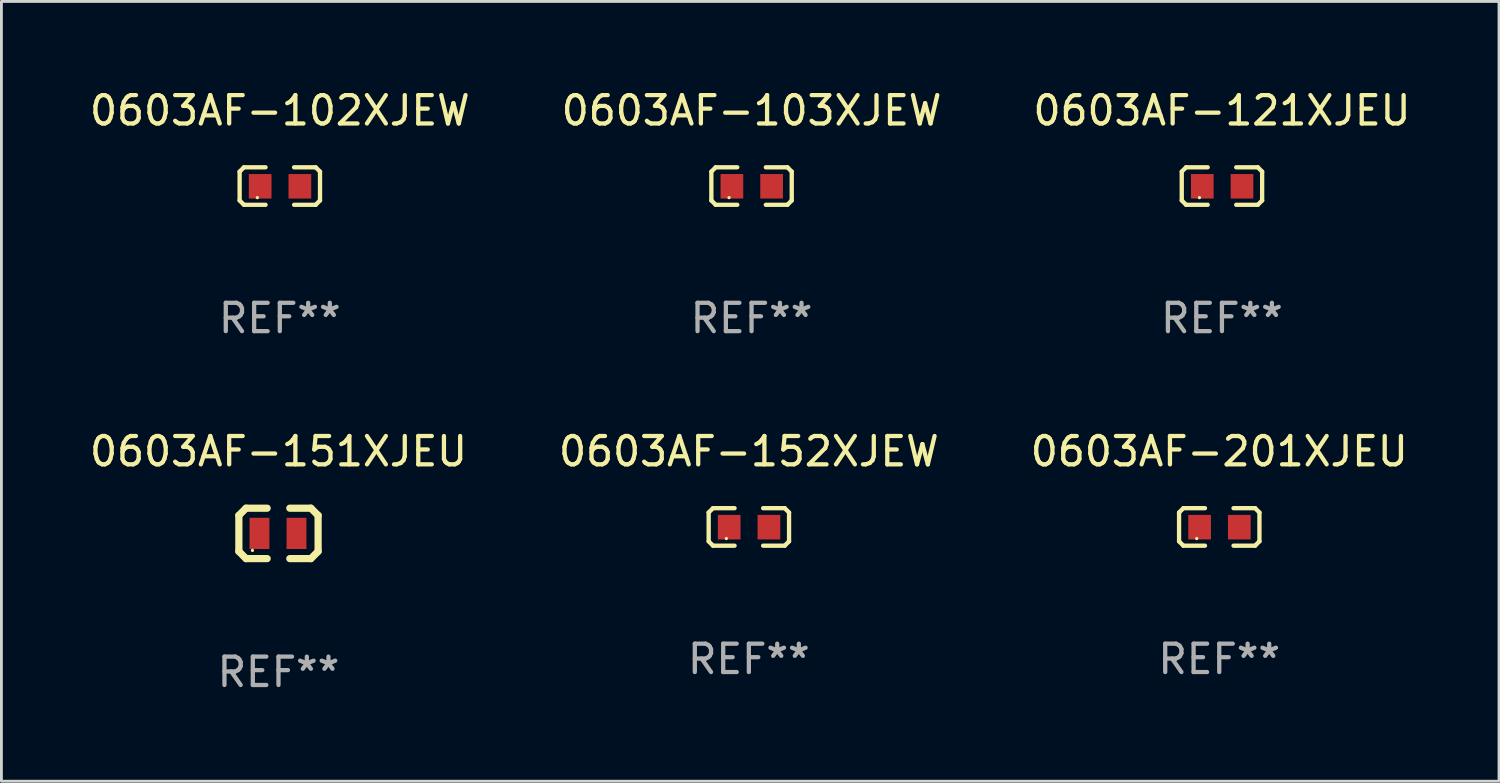
<source format=kicad_pcb>
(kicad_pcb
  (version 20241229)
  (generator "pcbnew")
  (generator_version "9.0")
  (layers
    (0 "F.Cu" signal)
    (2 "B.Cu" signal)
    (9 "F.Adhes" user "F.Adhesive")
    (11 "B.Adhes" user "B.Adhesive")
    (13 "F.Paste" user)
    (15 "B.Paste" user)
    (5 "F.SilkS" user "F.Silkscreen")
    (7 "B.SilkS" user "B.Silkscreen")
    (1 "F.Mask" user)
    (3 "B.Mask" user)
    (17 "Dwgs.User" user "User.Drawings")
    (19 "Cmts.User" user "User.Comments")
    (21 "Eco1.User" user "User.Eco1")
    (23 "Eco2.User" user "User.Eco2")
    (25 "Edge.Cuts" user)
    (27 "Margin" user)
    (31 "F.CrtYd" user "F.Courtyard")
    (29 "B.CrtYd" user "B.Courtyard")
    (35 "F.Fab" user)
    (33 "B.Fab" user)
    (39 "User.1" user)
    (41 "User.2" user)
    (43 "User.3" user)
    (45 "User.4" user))
  (footprint "0603AF-103XJEW"
    (layer "F.Cu")
    (at 23.446 3.509)
    (property "Reference" "0603AF-103XJEW" (at 0 -2.661 0) (layer "F.SilkS") (effects (font (size 1 1) (thickness 0.15))))
    (attr through_hole)
    (fp_line (start -1.417 -0.508) (end -1.265 -0.661) (stroke (width 0.152) (type solid)) (layer "F.SilkS"))
    (fp_line (start -1.417 0.508) (end -1.417 -0.508) (stroke (width 0.152) (type solid)) (layer "F.SilkS"))
    (fp_line (start -1.265 -0.661) (end -0.503 -0.661) (stroke (width 0.152) (type solid)) (layer "F.SilkS"))
    (fp_line (start -1.265 0.661) (end -1.417 0.508) (stroke (width 0.152) (type solid)) (layer "F.SilkS"))
    (fp_line (start -1.265 0.661) (end -0.503 0.661) (stroke (width 0.152) (type solid)) (layer "F.SilkS"))
    (fp_line (start 1.265 -0.661) (end 0.503 -0.661) (stroke (width 0.152) (type solid)) (layer "F.SilkS"))
    (fp_line (start 1.265 -0.661) (end 1.417 -0.508) (stroke (width 0.152) (type solid)) (layer "F.SilkS"))
    (fp_line (start 1.265 0.661) (end 0.503 0.661) (stroke (width 0.152) (type solid)) (layer "F.SilkS"))
    (fp_line (start 1.417 -0.508) (end 1.417 0.508) (stroke (width 0.152) (type solid)) (layer "F.SilkS"))
    (fp_line (start 1.417 0.508) (end 1.265 0.661) (stroke (width 0.152) (type solid)) (layer "F.SilkS"))
    (fp_circle (center -0.793 0.409) (end -0.763 0.409) (stroke (width 0.06) (type solid)) (fill no) (layer "F.SilkS"))
    (fp_text user "REF**" (at 0 4.661 0) (layer "F.Fab") (effects (font (size 1 1) (thickness 0.15))))
    (pad "1" smd rect (at -0.693 0.009 180) (size 0.8 0.864) (layers "F.Cu" "F.Mask" "F.Paste"))
    (pad "2" smd rect (at 0.707 0.009 180) (size 0.8 0.864) (layers "F.Cu" "F.Mask" "F.Paste")))
  (footprint "0603AF-102XJEW"
    (layer "F.Cu")
    (at 6.815 3.509)
    (property "Reference" "0603AF-102XJEW" (at 0 -2.661 0) (layer "F.SilkS") (effects (font (size 1 1) (thickness 0.15))))
    (attr through_hole)
    (fp_line (start -1.417 -0.508) (end -1.265 -0.661) (stroke (width 0.152) (type solid)) (layer "F.SilkS"))
    (fp_line (start -1.417 0.508) (end -1.417 -0.508) (stroke (width 0.152) (type solid)) (layer "F.SilkS"))
    (fp_line (start -1.265 -0.661) (end -0.503 -0.661) (stroke (width 0.152) (type solid)) (layer "F.SilkS"))
    (fp_line (start -1.265 0.661) (end -1.417 0.508) (stroke (width 0.152) (type solid)) (layer "F.SilkS"))
    (fp_line (start -1.265 0.661) (end -0.503 0.661) (stroke (width 0.152) (type solid)) (layer "F.SilkS"))
    (fp_line (start 1.265 -0.661) (end 0.503 -0.661) (stroke (width 0.152) (type solid)) (layer "F.SilkS"))
    (fp_line (start 1.265 -0.661) (end 1.417 -0.508) (stroke (width 0.152) (type solid)) (layer "F.SilkS"))
    (fp_line (start 1.265 0.661) (end 0.503 0.661) (stroke (width 0.152) (type solid)) (layer "F.SilkS"))
    (fp_line (start 1.417 -0.508) (end 1.417 0.508) (stroke (width 0.152) (type solid)) (layer "F.SilkS"))
    (fp_line (start 1.417 0.508) (end 1.265 0.661) (stroke (width 0.152) (type solid)) (layer "F.SilkS"))
    (fp_circle (center -0.793 0.409) (end -0.763 0.409) (stroke (width 0.06) (type solid)) (fill no) (layer "F.SilkS"))
    (fp_text user "REF**" (at 0 4.661 0) (layer "F.Fab") (effects (font (size 1 1) (thickness 0.15))))
    (pad "1" smd rect (at -0.693 0.009 180) (size 0.8 0.864) (layers "F.Cu" "F.Mask" "F.Paste"))
    (pad "2" smd rect (at 0.707 0.009 180) (size 0.8 0.864) (layers "F.Cu" "F.Mask" "F.Paste")))
  (footprint "0603AF-201XJEU"
    (layer "F.Cu")
    (at 39.935 15.527)
    (property "Reference" "0603AF-201XJEU" (at 0 -2.661 0) (layer "F.SilkS") (effects (font (size 1 1) (thickness 0.15))))
    (attr through_hole)
    (fp_line (start -1.417 -0.508) (end -1.265 -0.661) (stroke (width 0.152) (type solid)) (layer "F.SilkS"))
    (fp_line (start -1.417 0.508) (end -1.417 -0.508) (stroke (width 0.152) (type solid)) (layer "F.SilkS"))
    (fp_line (start -1.265 -0.661) (end -0.503 -0.661) (stroke (width 0.152) (type solid)) (layer "F.SilkS"))
    (fp_line (start -1.265 0.661) (end -1.417 0.508) (stroke (width 0.152) (type solid)) (layer "F.SilkS"))
    (fp_line (start -1.265 0.661) (end -0.503 0.661) (stroke (width 0.152) (type solid)) (layer "F.SilkS"))
    (fp_line (start 1.265 -0.661) (end 0.503 -0.661) (stroke (width 0.152) (type solid)) (layer "F.SilkS"))
    (fp_line (start 1.265 -0.661) (end 1.417 -0.508) (stroke (width 0.152) (type solid)) (layer "F.SilkS"))
    (fp_line (start 1.265 0.661) (end 0.503 0.661) (stroke (width 0.152) (type solid)) (layer "F.SilkS"))
    (fp_line (start 1.417 -0.508) (end 1.417 0.508) (stroke (width 0.152) (type solid)) (layer "F.SilkS"))
    (fp_line (start 1.417 0.508) (end 1.265 0.661) (stroke (width 0.152) (type solid)) (layer "F.SilkS"))
    (fp_circle (center -0.793 0.409) (end -0.763 0.409) (stroke (width 0.06) (type solid)) (fill no) (layer "F.SilkS"))
    (fp_text user "REF**" (at 0 4.661 0) (layer "F.Fab") (effects (font (size 1 1) (thickness 0.15))))
    (pad "1" smd rect (at -0.693 0.009 180) (size 0.8 0.864) (layers "F.Cu" "F.Mask" "F.Paste"))
    (pad "2" smd rect (at 0.707 0.009 180) (size 0.8 0.864) (layers "F.Cu" "F.Mask" "F.Paste")))
  (footprint "0603AF-151XJEU"
    (layer "F.Cu")
    (at 6.768 15.755)
    (property "Reference" "0603AF-151XJEU" (at 0 -2.889 0) (layer "F.SilkS") (effects (font (size 1 1) (thickness 0.15))))
    (attr through_hole)
    (fp_line (start -1.397 -0.635) (end -1.397 0.635) (stroke (width 0.254) (type solid)) (layer "F.SilkS"))
    (fp_line (start -1.397 0.635) (end -1.143 0.889) (stroke (width 0.254) (type solid)) (layer "F.SilkS"))
    (fp_line (start -1.143 -0.889) (end -1.397 -0.635) (stroke (width 0.254) (type solid)) (layer "F.SilkS"))
    (fp_line (start -1.143 -0.889) (end -0.399 -0.889) (stroke (width 0.254) (type solid)) (layer "F.SilkS"))
    (fp_line (start -1.143 0.889) (end -0.399 0.889) (stroke (width 0.254) (type solid)) (layer "F.SilkS"))
    (fp_line (start 1.143 -0.889) (end 0.399 -0.889) (stroke (width 0.254) (type solid)) (layer "F.SilkS"))
    (fp_line (start 1.143 0.889) (end 0.399 0.889) (stroke (width 0.254) (type solid)) (layer "F.SilkS"))
    (fp_line (start 1.143 0.889) (end 1.397 0.635) (stroke (width 0.254) (type solid)) (layer "F.SilkS"))
    (fp_line (start 1.397 -0.635) (end 1.143 -0.889) (stroke (width 0.254) (type solid)) (layer "F.SilkS"))
    (fp_line (start 1.397 0.635) (end 1.397 -0.635) (stroke (width 0.254) (type solid)) (layer "F.SilkS"))
    (fp_circle (center -0.918 0.6) (end -0.888 0.6) (stroke (width 0.06) (type solid)) (fill no) (layer "F.SilkS"))
    (fp_text user "REF**" (at 0 4.889 0) (layer "F.Fab") (effects (font (size 1 1) (thickness 0.15))))
    (pad "1" smd rect (at -0.67 0) (size 0.7 1.1) (layers "F.Cu" "F.Mask" "F.Paste"))
    (pad "2" smd rect (at 0.635 0) (size 0.7 1.1) (layers "F.Cu" "F.Mask" "F.Paste")))
  (footprint "0603AF-152XJEW"
    (layer "F.Cu")
    (at 23.351 15.527)
    (property "Reference" "0603AF-152XJEW" (at 0 -2.661 0) (layer "F.SilkS") (effects (font (size 1 1) (thickness 0.15))))
    (attr through_hole)
    (fp_line (start -1.417 -0.508) (end -1.265 -0.661) (stroke (width 0.152) (type solid)) (layer "F.SilkS"))
    (fp_line (start -1.417 0.508) (end -1.417 -0.508) (stroke (width 0.152) (type solid)) (layer "F.SilkS"))
    (fp_line (start -1.265 -0.661) (end -0.503 -0.661) (stroke (width 0.152) (type solid)) (layer "F.SilkS"))
    (fp_line (start -1.265 0.661) (end -1.417 0.508) (stroke (width 0.152) (type solid)) (layer "F.SilkS"))
    (fp_line (start -1.265 0.661) (end -0.503 0.661) (stroke (width 0.152) (type solid)) (layer "F.SilkS"))
    (fp_line (start 1.265 -0.661) (end 0.503 -0.661) (stroke (width 0.152) (type solid)) (layer "F.SilkS"))
    (fp_line (start 1.265 -0.661) (end 1.417 -0.508) (stroke (width 0.152) (type solid)) (layer "F.SilkS"))
    (fp_line (start 1.265 0.661) (end 0.503 0.661) (stroke (width 0.152) (type solid)) (layer "F.SilkS"))
    (fp_line (start 1.417 -0.508) (end 1.417 0.508) (stroke (width 0.152) (type solid)) (layer "F.SilkS"))
    (fp_line (start 1.417 0.508) (end 1.265 0.661) (stroke (width 0.152) (type solid)) (layer "F.SilkS"))
    (fp_circle (center -0.793 0.409) (end -0.763 0.409) (stroke (width 0.06) (type solid)) (fill no) (layer "F.SilkS"))
    (fp_text user "REF**" (at 0 4.661 0) (layer "F.Fab") (effects (font (size 1 1) (thickness 0.15))))
    (pad "1" smd rect (at -0.693 0.009 180) (size 0.8 0.864) (layers "F.Cu" "F.Mask" "F.Paste"))
    (pad "2" smd rect (at 0.707 0.009 180) (size 0.8 0.864) (layers "F.Cu" "F.Mask" "F.Paste")))
  (footprint "0603AF-121XJEU"
    (layer "F.Cu")
    (at 40.03 3.509)
    (property "Reference" "0603AF-121XJEU" (at 0 -2.661 0) (layer "F.SilkS") (effects (font (size 1 1) (thickness 0.15))))
    (attr through_hole)
    (fp_line (start -1.417 -0.508) (end -1.265 -0.661) (stroke (width 0.152) (type solid)) (layer "F.SilkS"))
    (fp_line (start -1.417 0.508) (end -1.417 -0.508) (stroke (width 0.152) (type solid)) (layer "F.SilkS"))
    (fp_line (start -1.265 -0.661) (end -0.503 -0.661) (stroke (width 0.152) (type solid)) (layer "F.SilkS"))
    (fp_line (start -1.265 0.661) (end -1.417 0.508) (stroke (width 0.152) (type solid)) (layer "F.SilkS"))
    (fp_line (start -1.265 0.661) (end -0.503 0.661) (stroke (width 0.152) (type solid)) (layer "F.SilkS"))
    (fp_line (start 1.265 -0.661) (end 0.503 -0.661) (stroke (width 0.152) (type solid)) (layer "F.SilkS"))
    (fp_line (start 1.265 -0.661) (end 1.417 -0.508) (stroke (width 0.152) (type solid)) (layer "F.SilkS"))
    (fp_line (start 1.265 0.661) (end 0.503 0.661) (stroke (width 0.152) (type solid)) (layer "F.SilkS"))
    (fp_line (start 1.417 -0.508) (end 1.417 0.508) (stroke (width 0.152) (type solid)) (layer "F.SilkS"))
    (fp_line (start 1.417 0.508) (end 1.265 0.661) (stroke (width 0.152) (type solid)) (layer "F.SilkS"))
    (fp_circle (center -0.793 0.409) (end -0.763 0.409) (stroke (width 0.06) (type solid)) (fill no) (layer "F.SilkS"))
    (fp_text user "REF**" (at 0 4.661 0) (layer "F.Fab") (effects (font (size 1 1) (thickness 0.15))))
    (pad "1" smd rect (at -0.693 0.009 180) (size 0.8 0.864) (layers "F.Cu" "F.Mask" "F.Paste"))
    (pad "2" smd rect (at 0.707 0.009 180) (size 0.8 0.864) (layers "F.Cu" "F.Mask" "F.Paste")))
  (gr_rect
    (start -3 -3)
    (end 49.798 24.492)
    (stroke (width 0.1) (type default))
    (fill no)
    (layer "Edge.Cuts")))
</source>
